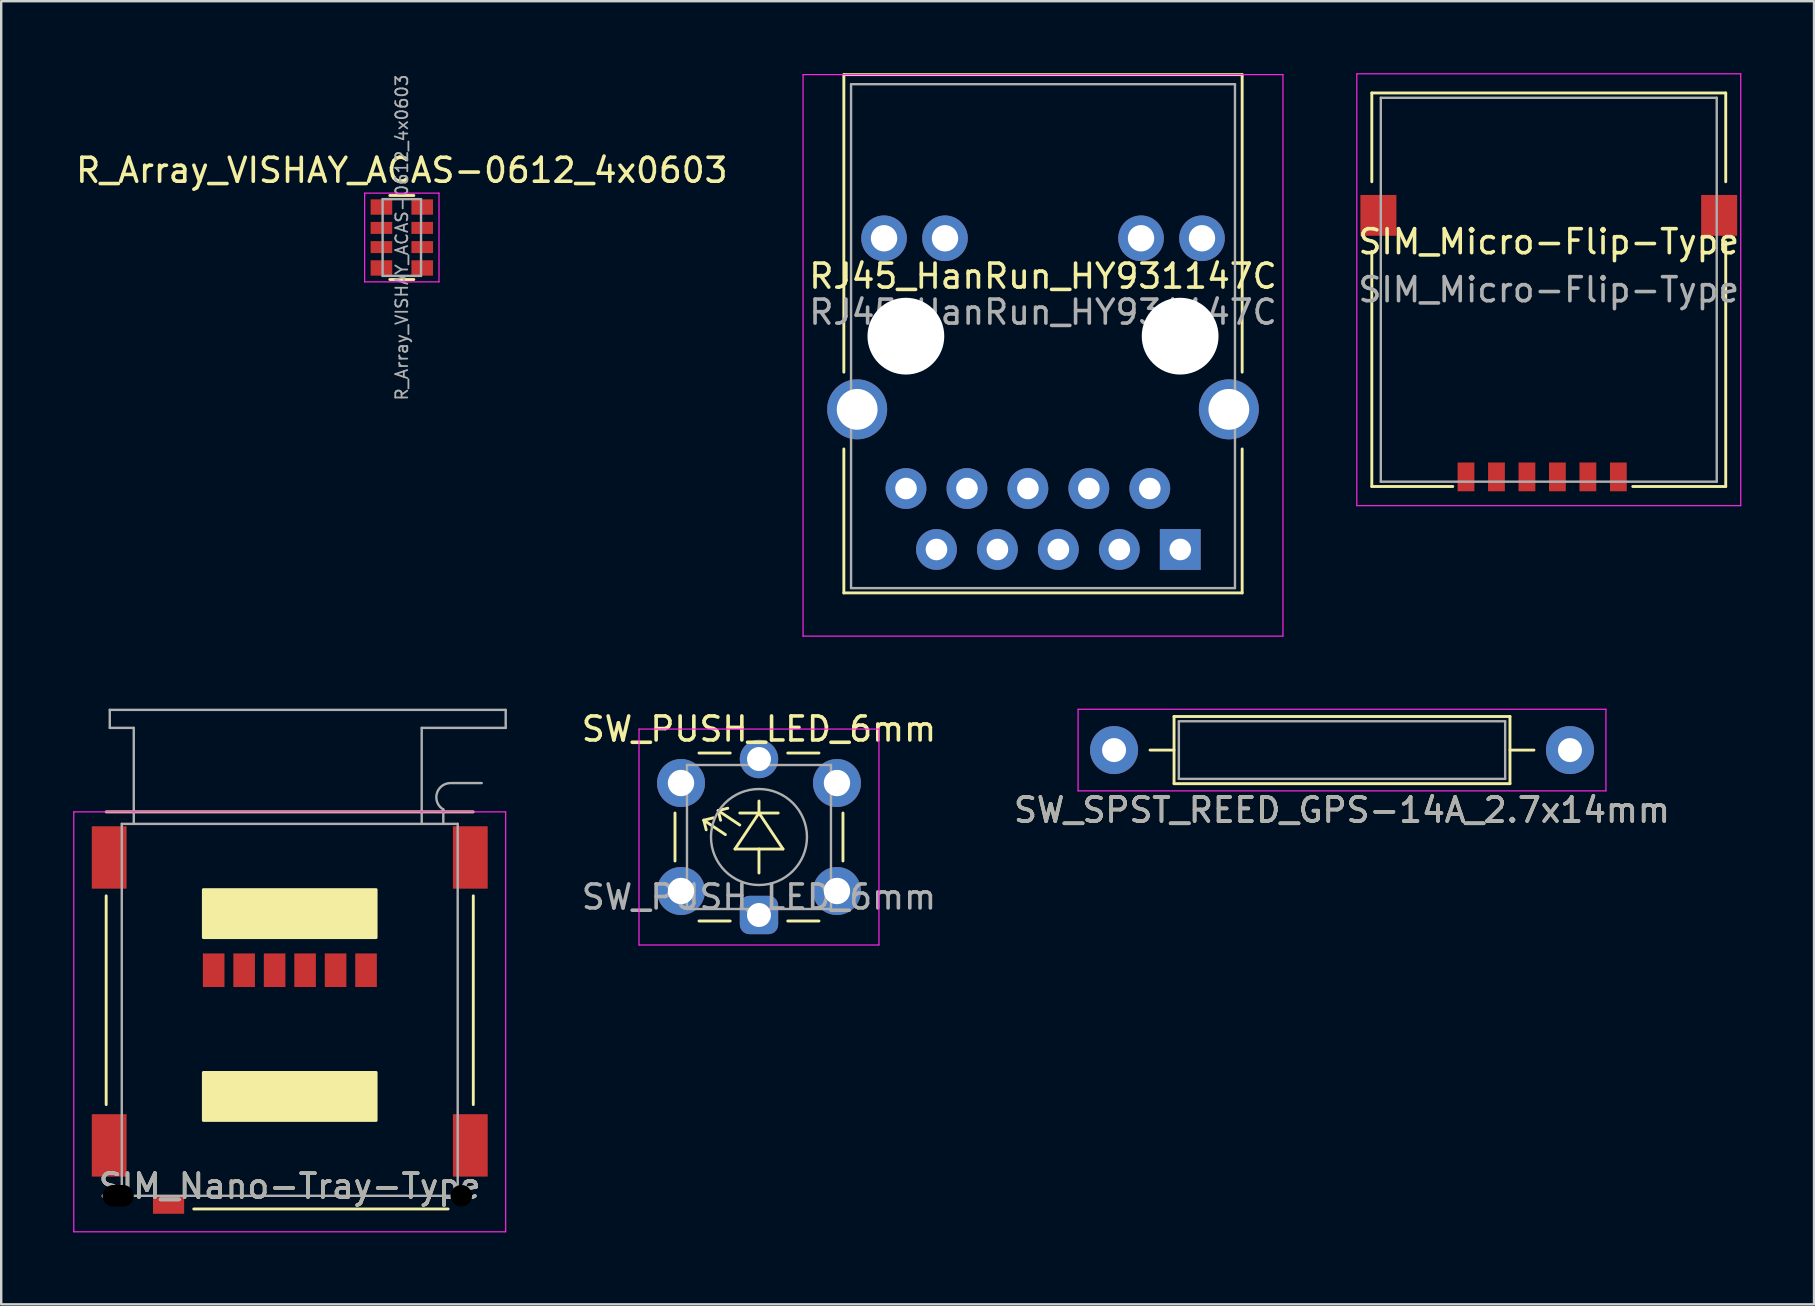
<source format=kicad_pcb>
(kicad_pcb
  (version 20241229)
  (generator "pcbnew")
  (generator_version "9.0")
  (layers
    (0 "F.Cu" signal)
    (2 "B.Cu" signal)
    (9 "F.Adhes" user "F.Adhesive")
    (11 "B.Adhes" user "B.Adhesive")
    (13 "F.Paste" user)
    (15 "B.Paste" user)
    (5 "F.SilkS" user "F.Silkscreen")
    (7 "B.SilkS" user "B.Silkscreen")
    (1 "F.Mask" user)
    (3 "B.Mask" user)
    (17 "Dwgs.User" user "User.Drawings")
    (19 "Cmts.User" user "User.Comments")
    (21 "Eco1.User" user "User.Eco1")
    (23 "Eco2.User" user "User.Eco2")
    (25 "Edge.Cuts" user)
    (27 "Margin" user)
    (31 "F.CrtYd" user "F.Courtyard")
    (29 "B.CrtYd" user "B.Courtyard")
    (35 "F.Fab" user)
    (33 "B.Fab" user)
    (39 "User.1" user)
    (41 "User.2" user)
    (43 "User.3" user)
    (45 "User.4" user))
  (footprint "SW_SPST_REED_GPS-14A_2.7x14mm"
    (layer "F.Cu")
    (at 52.879 28.21)
    (property "Reference" "SW_SPST_REED_GPS-14A_2.7x14mm" (at 0 2.5 0) (layer "F.SilkS") (effects (font (size 1 1) (thickness 0.15))))
    (attr smd)
    (fp_line (start -7 -1.4) (end -7 1.4) (stroke (width 0.12) (type solid)) (layer "F.SilkS"))
    (fp_line (start -7 0) (end -8 0) (stroke (width 0.12) (type solid)) (layer "F.SilkS"))
    (fp_line (start -7 1.4) (end 7 1.4) (stroke (width 0.12) (type solid)) (layer "F.SilkS"))
    (fp_line (start 7 -1.4) (end -7 -1.4) (stroke (width 0.12) (type solid)) (layer "F.SilkS"))
    (fp_line (start 7 0) (end 8 0) (stroke (width 0.12) (type solid)) (layer "F.SilkS"))
    (fp_line (start 7 1.4) (end 7 -1.4) (stroke (width 0.12) (type solid)) (layer "F.SilkS"))
    (fp_line (start -11 1.7) (end -11 -1.7) (stroke (width 0.05) (type solid)) (layer "F.CrtYd"))
    (fp_line (start -11 1.7) (end 11 1.7) (stroke (width 0.05) (type solid)) (layer "F.CrtYd"))
    (fp_line (start 11 -1.7) (end -11 -1.7) (stroke (width 0.05) (type solid)) (layer "F.CrtYd"))
    (fp_line (start 11 -1.7) (end 11 1.7) (stroke (width 0.05) (type solid)) (layer "F.CrtYd"))
    (fp_line (start -6.8 -1.2) (end 6.8 -1.2) (stroke (width 0.1) (type solid)) (layer "F.Fab"))
    (fp_line (start -6.8 1.2) (end -6.8 -1.2) (stroke (width 0.1) (type solid)) (layer "F.Fab"))
    (fp_line (start 6.8 -1.2) (end 6.8 1.2) (stroke (width 0.1) (type solid)) (layer "F.Fab"))
    (fp_line (start 6.8 1.2) (end -6.8 1.2) (stroke (width 0.1) (type solid)) (layer "F.Fab"))
    (fp_text user "${REFERENCE}" (at 0 2.5 0) (layer "F.Fab") (effects (font (size 1 1) (thickness 0.15))))
    (pad "1" thru_hole circle (at -9.5 0) (size 2 2) (drill 1) (layers "*.Cu" "*.Mask"))
    (pad "2" thru_hole circle (at 9.5 0) (size 2 2) (drill 1) (layers "*.Cu" "*.Mask")))
  (footprint "SIM_Micro-Flip-Type"
    (layer "F.Cu")
    (at 61.496 9.025)
    (property "Reference" "SIM_Micro-Flip-Type" (at 0 -2 0) (layer "F.SilkS") (effects (font (size 1 1) (thickness 0.15))))
    (attr smd)
    (fp_line (start -7.375 -8.2) (end 7.375 -8.2) (stroke (width 0.12) (type solid)) (layer "F.SilkS"))
    (fp_line (start -7.375 -4.5) (end -7.375 -8.2) (stroke (width 0.12) (type solid)) (layer "F.SilkS"))
    (fp_line (start -7.375 8.2) (end -7.375 -1.6) (stroke (width 0.12) (type solid)) (layer "F.SilkS"))
    (fp_line (start -7.375 8.2) (end -4 8.2) (stroke (width 0.12) (type solid)) (layer "F.SilkS"))
    (fp_line (start 3.5 8.2) (end 7.375 8.2) (stroke (width 0.12) (type solid)) (layer "F.SilkS"))
    (fp_line (start 7.375 -4.5) (end 7.375 -8.2) (stroke (width 0.12) (type solid)) (layer "F.SilkS"))
    (fp_line (start 7.375 8.2) (end 7.375 -2) (stroke (width 0.12) (type solid)) (layer "F.SilkS"))
    (fp_line (start -8 -9) (end -8 9) (stroke (width 0.05) (type solid)) (layer "F.CrtYd"))
    (fp_line (start -8 -9) (end 8 -9) (stroke (width 0.05) (type solid)) (layer "F.CrtYd"))
    (fp_line (start -8 9) (end 8 9) (stroke (width 0.05) (type solid)) (layer "F.CrtYd"))
    (fp_line (start 8 -9) (end 8 9) (stroke (width 0.05) (type solid)) (layer "F.CrtYd"))
    (fp_line (start -7 -8) (end -7 8) (stroke (width 0.1) (type solid)) (layer "F.Fab"))
    (fp_line (start -7 -8) (end 7 -8) (stroke (width 0.1) (type solid)) (layer "F.Fab"))
    (fp_line (start -7 8) (end 7 8) (stroke (width 0.1) (type solid)) (layer "F.Fab"))
    (fp_line (start 7 -8) (end 7 8) (stroke (width 0.1) (type solid)) (layer "F.Fab"))
    (fp_text user "${REFERENCE}" (at 0 0 0) (layer "F.Fab") (effects (font (size 1 1) (thickness 0.15))))
    (pad "1" smd rect (at -2.18 7.8) (size 0.7 1.2) (layers "F.Cu" "F.Mask" "F.Paste"))
    (pad "2" smd rect (at 0.36 7.8) (size 0.7 1.2) (layers "F.Cu" "F.Mask" "F.Paste"))
    (pad "3" smd rect (at 2.9 7.8) (size 0.7 1.2) (layers "F.Cu" "F.Mask" "F.Paste"))
    (pad "5" smd rect (at -3.45 7.8) (size 0.7 1.2) (layers "F.Cu" "F.Mask" "F.Paste"))
    (pad "6" smd rect (at -0.91 7.8) (size 0.7 1.2) (layers "F.Cu" "F.Mask" "F.Paste"))
    (pad "7" smd rect (at 1.63 7.8) (size 0.7 1.2) (layers "F.Cu" "F.Mask" "F.Paste"))
    (pad "SH" smd rect (at -7.1 -3.1) (size 1.5 1.7) (layers "F.Cu" "F.Mask" "F.Paste"))
    (pad "SH" smd rect (at 7.1 -3.1) (size 1.5 1.7) (layers "F.Cu" "F.Mask" "F.Paste")))
  (footprint "RJ45_HanRun_HY931147C"
    (layer "F.Cu")
    (at 40.418 10.96)
    (property "Reference" "RJ45_HanRun_HY931147C" (at 0 -2.5 0) (layer "F.SilkS") (effects (font (size 1 1) (thickness 0.15))))
    (attr through_hole)
    (fp_line (start -8.3 -10.9) (end 8.3 -10.9) (stroke (width 0.12) (type solid)) (layer "F.SilkS"))
    (fp_line (start -8.3 1.5) (end -8.3 -10.9) (stroke (width 0.12) (type solid)) (layer "F.SilkS"))
    (fp_line (start -8.3 10.7) (end -8.3 4.7) (stroke (width 0.12) (type solid)) (layer "F.SilkS"))
    (fp_line (start 8.3 -10.9) (end 8.3 1.5) (stroke (width 0.12) (type solid)) (layer "F.SilkS"))
    (fp_line (start 8.3 4.7) (end 8.3 10.7) (stroke (width 0.12) (type solid)) (layer "F.SilkS"))
    (fp_line (start 8.3 10.7) (end -8.3 10.7) (stroke (width 0.12) (type solid)) (layer "F.SilkS"))
    (fp_line (start -10 -10.9) (end -10 12.5) (stroke (width 0.05) (type solid)) (layer "F.CrtYd"))
    (fp_line (start -10 12.5) (end 10 12.5) (stroke (width 0.05) (type solid)) (layer "F.CrtYd"))
    (fp_line (start 10 -10.9) (end -10 -10.9) (stroke (width 0.05) (type solid)) (layer "F.CrtYd"))
    (fp_line (start 10 12.5) (end 10 -10.9) (stroke (width 0.05) (type solid)) (layer "F.CrtYd"))
    (fp_line (start -8 -10.5) (end 8 -10.5) (stroke (width 0.1) (type solid)) (layer "F.Fab"))
    (fp_line (start -8 10.5) (end -8 -10.5) (stroke (width 0.1) (type solid)) (layer "F.Fab"))
    (fp_line (start 8 -10.5) (end 8 10.5) (stroke (width 0.1) (type solid)) (layer "F.Fab"))
    (fp_line (start 8 10.5) (end -8 10.5) (stroke (width 0.1) (type solid)) (layer "F.Fab"))
    (fp_text user "${REFERENCE}" (at 0 -1 0) (layer "F.Fab") (effects (font (size 1 1) (thickness 0.15))))
    (pad "" np_thru_hole circle (at -5.715 0) (size 3.2 3.2) (drill 3.2) (layers "*.Cu" "*.Mask"))
    (pad "" np_thru_hole circle (at 5.715 0) (size 3.2 3.2) (drill 3.2) (layers "*.Cu" "*.Mask"))
    (pad "1" thru_hole rect (at 5.72 8.89) (size 1.7 1.7) (drill 0.9) (layers "*.Cu" "*.Mask"))
    (pad "2" thru_hole circle (at 4.45 6.35) (size 1.7 1.7) (drill 0.9) (layers "*.Cu" "*.Mask"))
    (pad "3" thru_hole circle (at 3.18 8.89) (size 1.7 1.7) (drill 0.9) (layers "*.Cu" "*.Mask"))
    (pad "4" thru_hole circle (at 1.91 6.35) (size 1.7 1.7) (drill 0.9) (layers "*.Cu" "*.Mask"))
    (pad "5" thru_hole circle (at 0.64 8.89) (size 1.7 1.7) (drill 0.9) (layers "*.Cu" "*.Mask"))
    (pad "6" thru_hole circle (at -0.63 6.35) (size 1.7 1.7) (drill 0.9) (layers "*.Cu" "*.Mask"))
    (pad "7" thru_hole circle (at -1.9 8.89) (size 1.7 1.7) (drill 0.9) (layers "*.Cu" "*.Mask"))
    (pad "8" thru_hole circle (at -3.17 6.35) (size 1.7 1.7) (drill 0.9) (layers "*.Cu" "*.Mask"))
    (pad "9" thru_hole circle (at -4.44 8.89) (size 1.7 1.7) (drill 0.9) (layers "*.Cu" "*.Mask"))
    (pad "10" thru_hole circle (at -5.71 6.35) (size 1.7 1.7) (drill 0.9) (layers "*.Cu" "*.Mask"))
    (pad "11" thru_hole circle (at 6.625 -4.08) (size 1.9 1.9) (drill 1.1) (layers "*.Cu" "*.Mask"))
    (pad "12" thru_hole circle (at 4.085 -4.08) (size 1.9 1.9) (drill 1.1) (layers "*.Cu" "*.Mask"))
    (pad "13" thru_hole circle (at -4.085 -4.08) (size 1.9 1.9) (drill 1.1) (layers "*.Cu" "*.Mask"))
    (pad "14" thru_hole circle (at -6.625 -4.08) (size 1.9 1.9) (drill 1.1) (layers "*.Cu" "*.Mask"))
    (pad "SH" thru_hole circle (at -7.745 3.05) (size 2.5 2.5) (drill 1.7) (layers "*.Cu" "*.Mask"))
    (pad "SH" thru_hole circle (at 7.745 3.05) (size 2.5 2.5) (drill 1.7) (layers "*.Cu" "*.Mask")))
  (footprint "SW_PUSH_LED_6mm"
    (layer "F.Cu")
    (at 28.581 31.833)
    (property "Reference" "SW_PUSH_LED_6mm" (at 0 -4.5 0) (layer "F.SilkS") (effects (font (size 1 1) (thickness 0.15))))
    (attr through_hole)
    (fp_line (start -3.5 -1) (end -3.5 1) (stroke (width 0.12) (type solid)) (layer "F.SilkS"))
    (fp_line (start -2.3 -0.7) (end -1.9 -0.8) (stroke (width 0.12) (type solid)) (layer "F.SilkS"))
    (fp_line (start -2.2 -0.3) (end -2.3 -0.7) (stroke (width 0.12) (type solid)) (layer "F.SilkS"))
    (fp_line (start -1.7 -1.1) (end -1.3 -1.2) (stroke (width 0.12) (type solid)) (layer "F.SilkS"))
    (fp_line (start -1.6 -0.7) (end -1.7 -1.1) (stroke (width 0.12) (type solid)) (layer "F.SilkS"))
    (fp_line (start -1.4 -0.1) (end -2.3 -0.7) (stroke (width 0.12) (type solid)) (layer "F.SilkS"))
    (fp_line (start -1.2 -3.5) (end -2.5 -3.5) (stroke (width 0.12) (type solid)) (layer "F.SilkS"))
    (fp_line (start -1.2 3.5) (end -2.5 3.5) (stroke (width 0.12) (type solid)) (layer "F.SilkS"))
    (fp_line (start -1 0.5) (end 0 -1) (stroke (width 0.12) (type solid)) (layer "F.SilkS"))
    (fp_line (start -0.8 -0.5) (end -1.7 -1.1) (stroke (width 0.12) (type solid)) (layer "F.SilkS"))
    (fp_line (start 0 -1) (end 0 -1.5) (stroke (width 0.12) (type solid)) (layer "F.SilkS"))
    (fp_line (start 0 1.5) (end 0 0.5) (stroke (width 0.12) (type solid)) (layer "F.SilkS"))
    (fp_line (start 0.8 -1) (end -0.8 -1) (stroke (width 0.12) (type solid)) (layer "F.SilkS"))
    (fp_line (start 1 0.5) (end -1 0.5) (stroke (width 0.12) (type solid)) (layer "F.SilkS"))
    (fp_line (start 1 0.5) (end 0 -1) (stroke (width 0.12) (type solid)) (layer "F.SilkS"))
    (fp_line (start 1.2 3.5) (end 2.5 3.5) (stroke (width 0.12) (type solid)) (layer "F.SilkS"))
    (fp_line (start 2.5 -3.5) (end 1.2 -3.5) (stroke (width 0.12) (type solid)) (layer "F.SilkS"))
    (fp_line (start 3.5 1) (end 3.5 -1) (stroke (width 0.12) (type solid)) (layer "F.SilkS"))
    (fp_line (start -5 -4.5) (end 5 -4.5) (stroke (width 0.05) (type solid)) (layer "F.CrtYd"))
    (fp_line (start -5 4.5) (end -5 -4.5) (stroke (width 0.05) (type solid)) (layer "F.CrtYd"))
    (fp_line (start 5 -4.5) (end 5 4.5) (stroke (width 0.05) (type solid)) (layer "F.CrtYd"))
    (fp_line (start 5 4.5) (end -5 4.5) (stroke (width 0.05) (type solid)) (layer "F.CrtYd"))
    (fp_line (start -3 -3) (end 3 -3) (stroke (width 0.1) (type solid)) (layer "F.Fab"))
    (fp_line (start -3 3) (end -3 -3) (stroke (width 0.1) (type solid)) (layer "F.Fab"))
    (fp_line (start 3 -3) (end 3 3) (stroke (width 0.1) (type solid)) (layer "F.Fab"))
    (fp_line (start 3 3) (end -3 3) (stroke (width 0.1) (type solid)) (layer "F.Fab"))
    (fp_circle (center 0 0) (end 2 0) (stroke (width 0.1) (type solid)) (fill no) (layer "F.Fab"))
    (fp_text user "${REFERENCE}" (at 0 2.5 0) (layer "F.Fab") (effects (font (size 1 1) (thickness 0.15))))
    (pad "1" thru_hole circle (at -3.25 -2.25 90) (size 2 2) (drill 1.1) (layers "*.Cu" "*.Mask"))
    (pad "1" thru_hole circle (at 3.25 -2.25 90) (size 2 2) (drill 1.1) (layers "*.Cu" "*.Mask"))
    (pad "2" thru_hole circle (at -3.25 2.25 90) (size 2 2) (drill 1.1) (layers "*.Cu" "*.Mask"))
    (pad "2" thru_hole circle (at 3.25 2.25 90) (size 2 2) (drill 1.1) (layers "*.Cu" "*.Mask"))
    (pad "3" thru_hole circle (at 0 -3.25 90) (size 1.6 1.6) (drill 1) (layers "*.Cu" "*.Mask"))
    (pad "4" thru_hole roundrect (at 0 3.25 90) (size 1.6 1.6) (drill 1) (layers "*.Cu" "*.Mask") (roundrect_rratio 0.25)))
  (footprint "SIM_Nano-Tray-Type"
    (layer "F.Cu")
    (at 9.025 46.785)
    (property "Reference" "SIM_Nano-Tray-Type" (at 0 -0.4 0) (layer "F.SilkS") (effects (font (size 1 1) (thickness 0.15))))
    (attr smd)
    (fp_line (start -7.65 -16) (end 7.65 -16) (stroke (width 0.12) (type solid)) (layer "F.SilkS"))
    (fp_line (start -7.65 -3.8) (end -7.65 -12.5) (stroke (width 0.12) (type solid)) (layer "F.SilkS"))
    (fp_line (start -4 0.55) (end 6.6 0.55) (stroke (width 0.12) (type solid)) (layer "F.SilkS"))
    (fp_line (start 7.65 -3.8) (end 7.65 -12.5) (stroke (width 0.12) (type solid)) (layer "F.SilkS"))
    (fp_rect (start -3.6 -12.76) (end 3.6 -10.76) (stroke (width 0.12) (type solid)) (fill yes) (layer "F.SilkS"))
    (fp_rect (start -3.6 -5.14) (end 3.6 -3.14) (stroke (width 0.12) (type solid)) (fill yes) (layer "F.SilkS"))
    (fp_line (start -9 -16) (end -9 1.5) (stroke (width 0.05) (type solid)) (layer "F.CrtYd"))
    (fp_line (start -9 -16) (end 9 -16) (stroke (width 0.05) (type solid)) (layer "F.CrtYd"))
    (fp_line (start -9 1.5) (end 9 1.5) (stroke (width 0.05) (type solid)) (layer "F.CrtYd"))
    (fp_line (start 9 -16) (end 9 1.5) (stroke (width 0.05) (type solid)) (layer "F.CrtYd"))
    (fp_line (start -7.5 -20.25) (end -7.5 -19.5) (stroke (width 0.1) (type solid)) (layer "F.Fab"))
    (fp_line (start -7.5 -20.25) (end 9 -20.25) (stroke (width 0.1) (type solid)) (layer "F.Fab"))
    (fp_line (start -7.5 -19.5) (end -6.5 -19.5) (stroke (width 0.1) (type solid)) (layer "F.Fab"))
    (fp_line (start -7 -15.5) (end -7 0) (stroke (width 0.1) (type solid)) (layer "F.Fab"))
    (fp_line (start -7 -15.5) (end 7 -15.5) (stroke (width 0.1) (type solid)) (layer "F.Fab"))
    (fp_line (start -7 0) (end 7 0) (stroke (width 0.1) (type solid)) (layer "F.Fab"))
    (fp_line (start -6.5 -19.5) (end -6.5 -15.5) (stroke (width 0.1) (type solid)) (layer "F.Fab"))
    (fp_line (start 5.5 -19.5) (end 5.5 -15.5) (stroke (width 0.1) (type solid)) (layer "F.Fab"))
    (fp_line (start 5.5 -19.5) (end 9 -19.5) (stroke (width 0.1) (type solid)) (layer "F.Fab"))
    (fp_line (start 6.4 -16.1) (end 6.4 -15.5) (stroke (width 0.1) (type solid)) (layer "F.Fab"))
    (fp_line (start 6.75 -17.2) (end 8 -17.2) (stroke (width 0.1) (type solid)) (layer "F.Fab"))
    (fp_line (start 7 -15.5) (end 7 0) (stroke (width 0.1) (type solid)) (layer "F.Fab"))
    (fp_line (start 9 -20.25) (end 9 -19.5) (stroke (width 0.1) (type solid)) (layer "F.Fab"))
    (fp_arc (start 6.4 -16.1) (mid 6.129913 -16.764568) (end 6.7 -17.2) (stroke (width 0.1) (type solid)) (layer "F.Fab"))
    (fp_text user "${REFERENCE}" (at 0 -0.4 0) (layer "F.Fab") (effects (font (size 1 1) (thickness 0.15))))
    (pad "" np_thru_hole oval (at -7.15 0) (size 1.3 0.9) (drill oval 1.3 0.9) (layers "*.Mask"))
    (pad "" np_thru_hole circle (at 7.15 0) (size 0.9 0.9) (drill 0.9) (layers "*.Mask"))
    (pad "1" smd rect (at 3.18 -9.4) (size 0.9 1.4) (layers "F.Cu" "F.Mask" "F.Paste"))
    (pad "2" smd rect (at 1.91 -9.4) (size 0.9 1.4) (layers "F.Cu" "F.Mask" "F.Paste"))
    (pad "3" smd rect (at 0.64 -9.4) (size 0.9 1.4) (layers "F.Cu" "F.Mask" "F.Paste"))
    (pad "5" smd rect (at -0.63 -9.4) (size 0.9 1.4) (layers "F.Cu" "F.Mask" "F.Paste"))
    (pad "6" smd rect (at -1.9 -9.4) (size 0.9 1.4) (layers "F.Cu" "F.Mask" "F.Paste"))
    (pad "7" smd rect (at -3.17 -9.4) (size 0.9 1.4) (layers "F.Cu" "F.Mask" "F.Paste"))
    (pad "SH" smd rect (at -7.525 -14.1) (size 1.45 2.6) (layers "F.Cu" "F.Mask" "F.Paste"))
    (pad "SH" smd rect (at -7.525 -2.1) (size 1.45 2.6) (layers "F.Cu" "F.Mask" "F.Paste"))
    (pad "SH" smd rect (at -5.05 0.4) (size 1.3 0.7) (layers "F.Cu" "F.Mask" "F.Paste"))
    (pad "SH" smd rect (at 7.525 -14.1) (size 1.45 2.6) (layers "F.Cu" "F.Mask" "F.Paste"))
    (pad "SH" smd rect (at 7.525 -2.1) (size 1.45 2.6) (layers "F.Cu" "F.Mask" "F.Paste")))
  (footprint "R_Array_VISHAY_ACAS-0612_4x0603"
    (layer "F.Cu")
    (at 13.696 6.848)
    (property "Reference" "R_Array_VISHAY_ACAS-0612_4x0603" (at 0 -2.8 0) (layer "F.SilkS") (effects (font (size 1 1) (thickness 0.15))))
    (attr smd)
    (fp_line (start 0.5 -1.75) (end -0.5 -1.75) (stroke (width 0.12) (type solid)) (layer "F.SilkS"))
    (fp_line (start 0.5 1.75) (end -0.5 1.75) (stroke (width 0.12) (type solid)) (layer "F.SilkS"))
    (fp_line (start -1.55 -1.85) (end -1.55 1.85) (stroke (width 0.05) (type solid)) (layer "F.CrtYd"))
    (fp_line (start -1.55 -1.85) (end 1.55 -1.85) (stroke (width 0.05) (type solid)) (layer "F.CrtYd"))
    (fp_line (start 1.55 1.85) (end -1.55 1.85) (stroke (width 0.05) (type solid)) (layer "F.CrtYd"))
    (fp_line (start 1.55 1.85) (end 1.55 -1.85) (stroke (width 0.05) (type solid)) (layer "F.CrtYd"))
    (fp_line (start -0.8 -1.6) (end 0.8 -1.6) (stroke (width 0.1) (type solid)) (layer "F.Fab"))
    (fp_line (start -0.8 1.6) (end -0.8 -1.6) (stroke (width 0.1) (type solid)) (layer "F.Fab"))
    (fp_line (start 0.8 -1.6) (end 0.8 1.6) (stroke (width 0.1) (type solid)) (layer "F.Fab"))
    (fp_line (start 0.8 1.6) (end -0.8 1.6) (stroke (width 0.1) (type solid)) (layer "F.Fab"))
    (fp_text user "${REFERENCE}" (at 0 0 90) (layer "F.Fab") (effects (font (size 0.5 0.5) (thickness 0.075))))
    (pad "1" smd rect (at -0.85 -1.27) (size 0.9 0.64) (layers "F.Cu" "F.Mask" "F.Paste"))
    (pad "2" smd rect (at -0.85 -0.4) (size 0.9 0.5) (layers "F.Cu" "F.Mask" "F.Paste"))
    (pad "3" smd rect (at -0.85 0.4) (size 0.9 0.5) (layers "F.Cu" "F.Mask" "F.Paste"))
    (pad "4" smd rect (at -0.85 1.27) (size 0.9 0.64) (layers "F.Cu" "F.Mask" "F.Paste"))
    (pad "5" smd rect (at 0.85 1.27) (size 0.9 0.64) (layers "F.Cu" "F.Mask" "F.Paste"))
    (pad "6" smd rect (at 0.85 0.4) (size 0.9 0.5) (layers "F.Cu" "F.Mask" "F.Paste"))
    (pad "7" smd rect (at 0.85 -0.4) (size 0.9 0.5) (layers "F.Cu" "F.Mask" "F.Paste"))
    (pad "8" smd rect (at 0.85 -1.27) (size 0.9 0.64) (layers "F.Cu" "F.Mask" "F.Paste")))
  (gr_rect
    (start -3 -3)
    (end 72.55 51.31)
    (stroke (width 0.1) (type default))
    (fill no)
    (layer "Edge.Cuts")))
</source>
